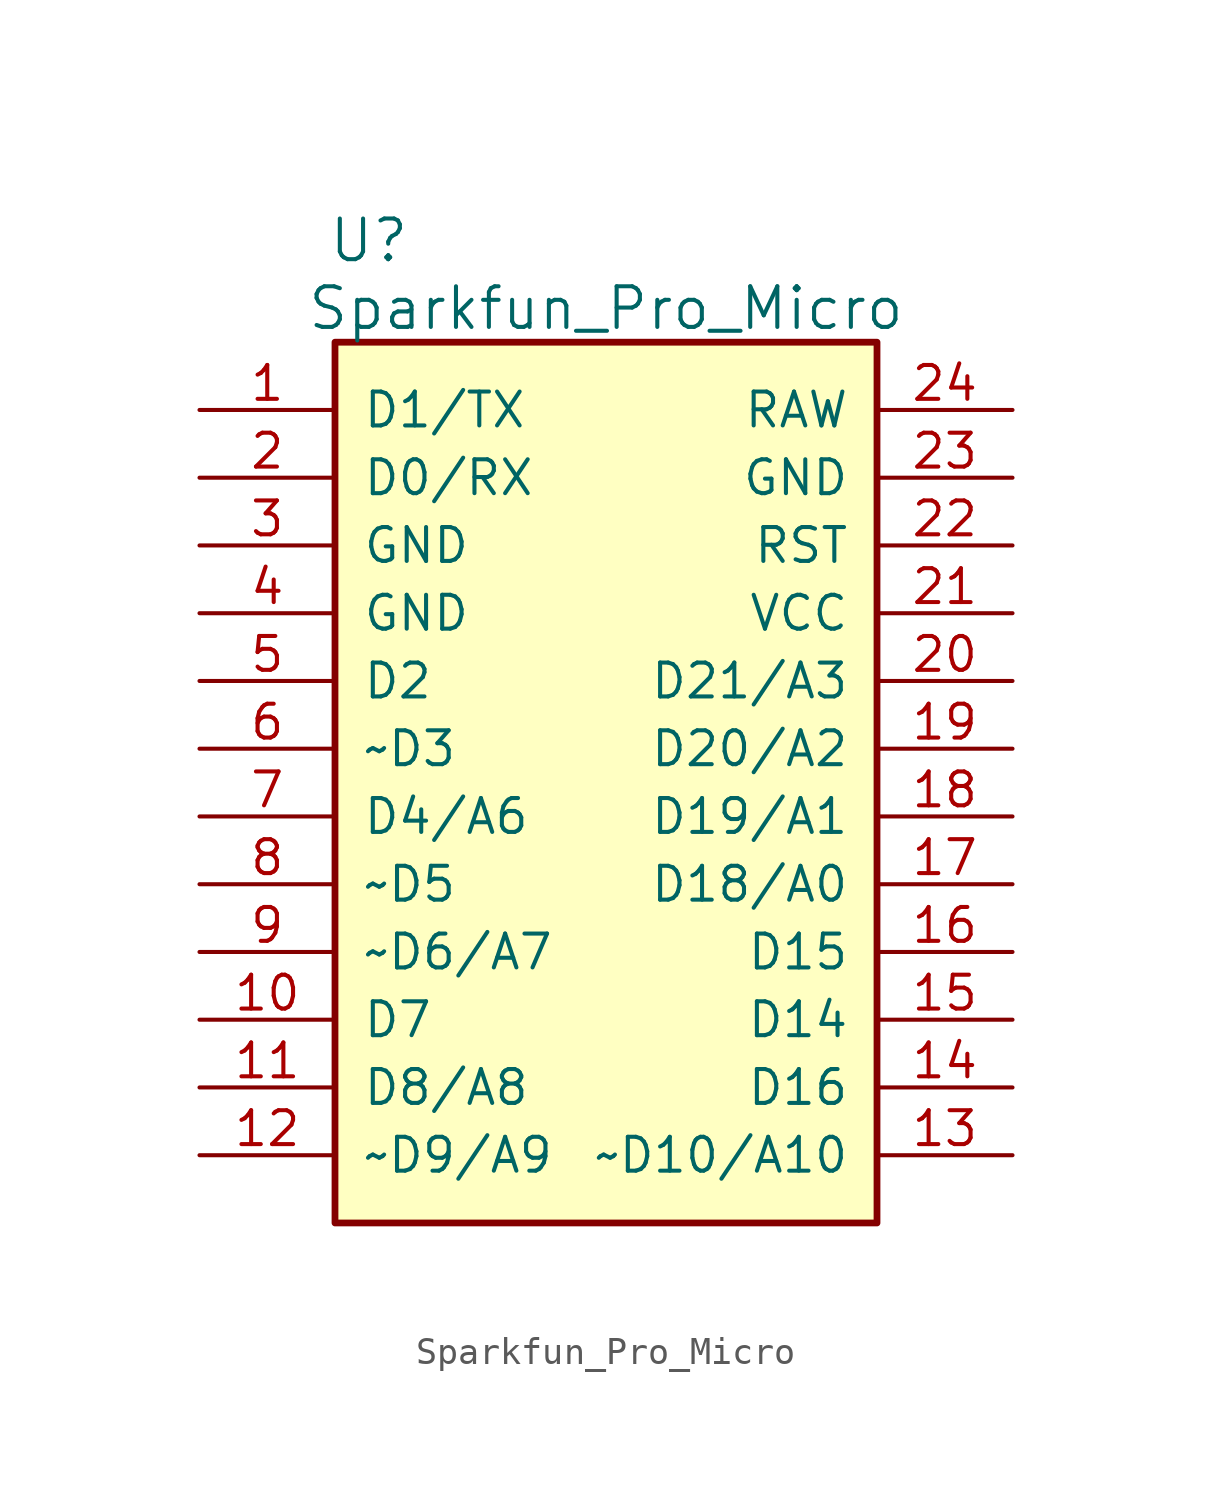
<source format=kicad_sym>
(kicad_symbol_lib
  (version 20211014)
  (generator kicad_symbol_editor)
  (symbol "Sparkfun_Pro_Micro"
    (pin_names
      (offset 1.016))
    (property "Reference" "U"
      (at -8.89 21.59 0)
      (effects (font (size 1.524 1.524))))
    (property "Value" "Sparkfun_Pro_Micro"
      (at 0 19.05 0)
      (effects (font (size 1.524 1.524))))
    (symbol "Sparkfun_Pro_Micro_0_1"
      (rectangle (start -10.16 17.78) (end 10.16 -15.24) (stroke (width 0.254) (type default) (color 0 0 0 0)) (fill (type background))))
    (symbol "Sparkfun_Pro_Micro_1_1"
      (pin bidirectional line (at -15.24 15.24 0) (length 5.08) (name "D1/TX" (effects (font (size 1.27 1.27)))) (number "1" (effects (font (size 1.27 1.27)))))
      (pin bidirectional line (at -15.24 -7.62 0) (length 5.08) (name "D7" (effects (font (size 1.27 1.27)))) (number "10" (effects (font (size 1.27 1.27)))))
      (pin bidirectional line (at -15.24 -10.16 0) (length 5.08) (name "D8/A8" (effects (font (size 1.27 1.27)))) (number "11" (effects (font (size 1.27 1.27)))))
      (pin bidirectional line (at -15.24 -12.7 0) (length 5.08) (name "~D9/A9" (effects (font (size 1.27 1.27)))) (number "12" (effects (font (size 1.27 1.27)))))
      (pin bidirectional line (at 15.24 -12.7 180) (length 5.08) (name "~D10/A10" (effects (font (size 1.27 1.27)))) (number "13" (effects (font (size 1.27 1.27)))))
      (pin bidirectional line (at 15.24 -10.16 180) (length 5.08) (name "D16" (effects (font (size 1.27 1.27)))) (number "14" (effects (font (size 1.27 1.27)))))
      (pin bidirectional line (at 15.24 -7.62 180) (length 5.08) (name "D14" (effects (font (size 1.27 1.27)))) (number "15" (effects (font (size 1.27 1.27)))))
      (pin bidirectional line (at 15.24 -5.08 180) (length 5.08) (name "D15" (effects (font (size 1.27 1.27)))) (number "16" (effects (font (size 1.27 1.27)))))
      (pin bidirectional line (at 15.24 -2.54 180) (length 5.08) (name "D18/A0" (effects (font (size 1.27 1.27)))) (number "17" (effects (font (size 1.27 1.27)))))
      (pin bidirectional line (at 15.24 0 180) (length 5.08) (name "D19/A1" (effects (font (size 1.27 1.27)))) (number "18" (effects (font (size 1.27 1.27)))))
      (pin bidirectional line (at 15.24 2.54 180) (length 5.08) (name "D20/A2" (effects (font (size 1.27 1.27)))) (number "19" (effects (font (size 1.27 1.27)))))
      (pin bidirectional line (at -15.24 12.7 0) (length 5.08) (name "D0/RX" (effects (font (size 1.27 1.27)))) (number "2" (effects (font (size 1.27 1.27)))))
      (pin bidirectional line (at 15.24 5.08 180) (length 5.08) (name "D21/A3" (effects (font (size 1.27 1.27)))) (number "20" (effects (font (size 1.27 1.27)))))
      (pin power_in line (at 15.24 7.62 180) (length 5.08) (name "VCC" (effects (font (size 1.27 1.27)))) (number "21" (effects (font (size 1.27 1.27)))))
      (pin input line (at 15.24 10.16 180) (length 5.08) (name "RST" (effects (font (size 1.27 1.27)))) (number "22" (effects (font (size 1.27 1.27)))))
      (pin power_in line (at 15.24 12.7 180) (length 5.08) (name "GND" (effects (font (size 1.27 1.27)))) (number "23" (effects (font (size 1.27 1.27)))))
      (pin power_in line (at 15.24 15.24 180) (length 5.08) (name "RAW" (effects (font (size 1.27 1.27)))) (number "24" (effects (font (size 1.27 1.27)))))
      (pin power_in line (at -15.24 10.16 0) (length 5.08) (name "GND" (effects (font (size 1.27 1.27)))) (number "3" (effects (font (size 1.27 1.27)))))
      (pin power_in line (at -15.24 7.62 0) (length 5.08) (name "GND" (effects (font (size 1.27 1.27)))) (number "4" (effects (font (size 1.27 1.27)))))
      (pin bidirectional line (at -15.24 5.08 0) (length 5.08) (name "D2" (effects (font (size 1.27 1.27)))) (number "5" (effects (font (size 1.27 1.27)))))
      (pin bidirectional line (at -15.24 2.54 0) (length 5.08) (name "~D3" (effects (font (size 1.27 1.27)))) (number "6" (effects (font (size 1.27 1.27)))))
      (pin bidirectional line (at -15.24 0 0) (length 5.08) (name "D4/A6" (effects (font (size 1.27 1.27)))) (number "7" (effects (font (size 1.27 1.27)))))
      (pin bidirectional line (at -15.24 -2.54 0) (length 5.08) (name "~D5" (effects (font (size 1.27 1.27)))) (number "8" (effects (font (size 1.27 1.27)))))
      (pin bidirectional line (at -15.24 -5.08 0) (length 5.08) (name "~D6/A7" (effects (font (size 1.27 1.27)))) (number "9" (effects (font (size 1.27 1.27))))))))
</source>
